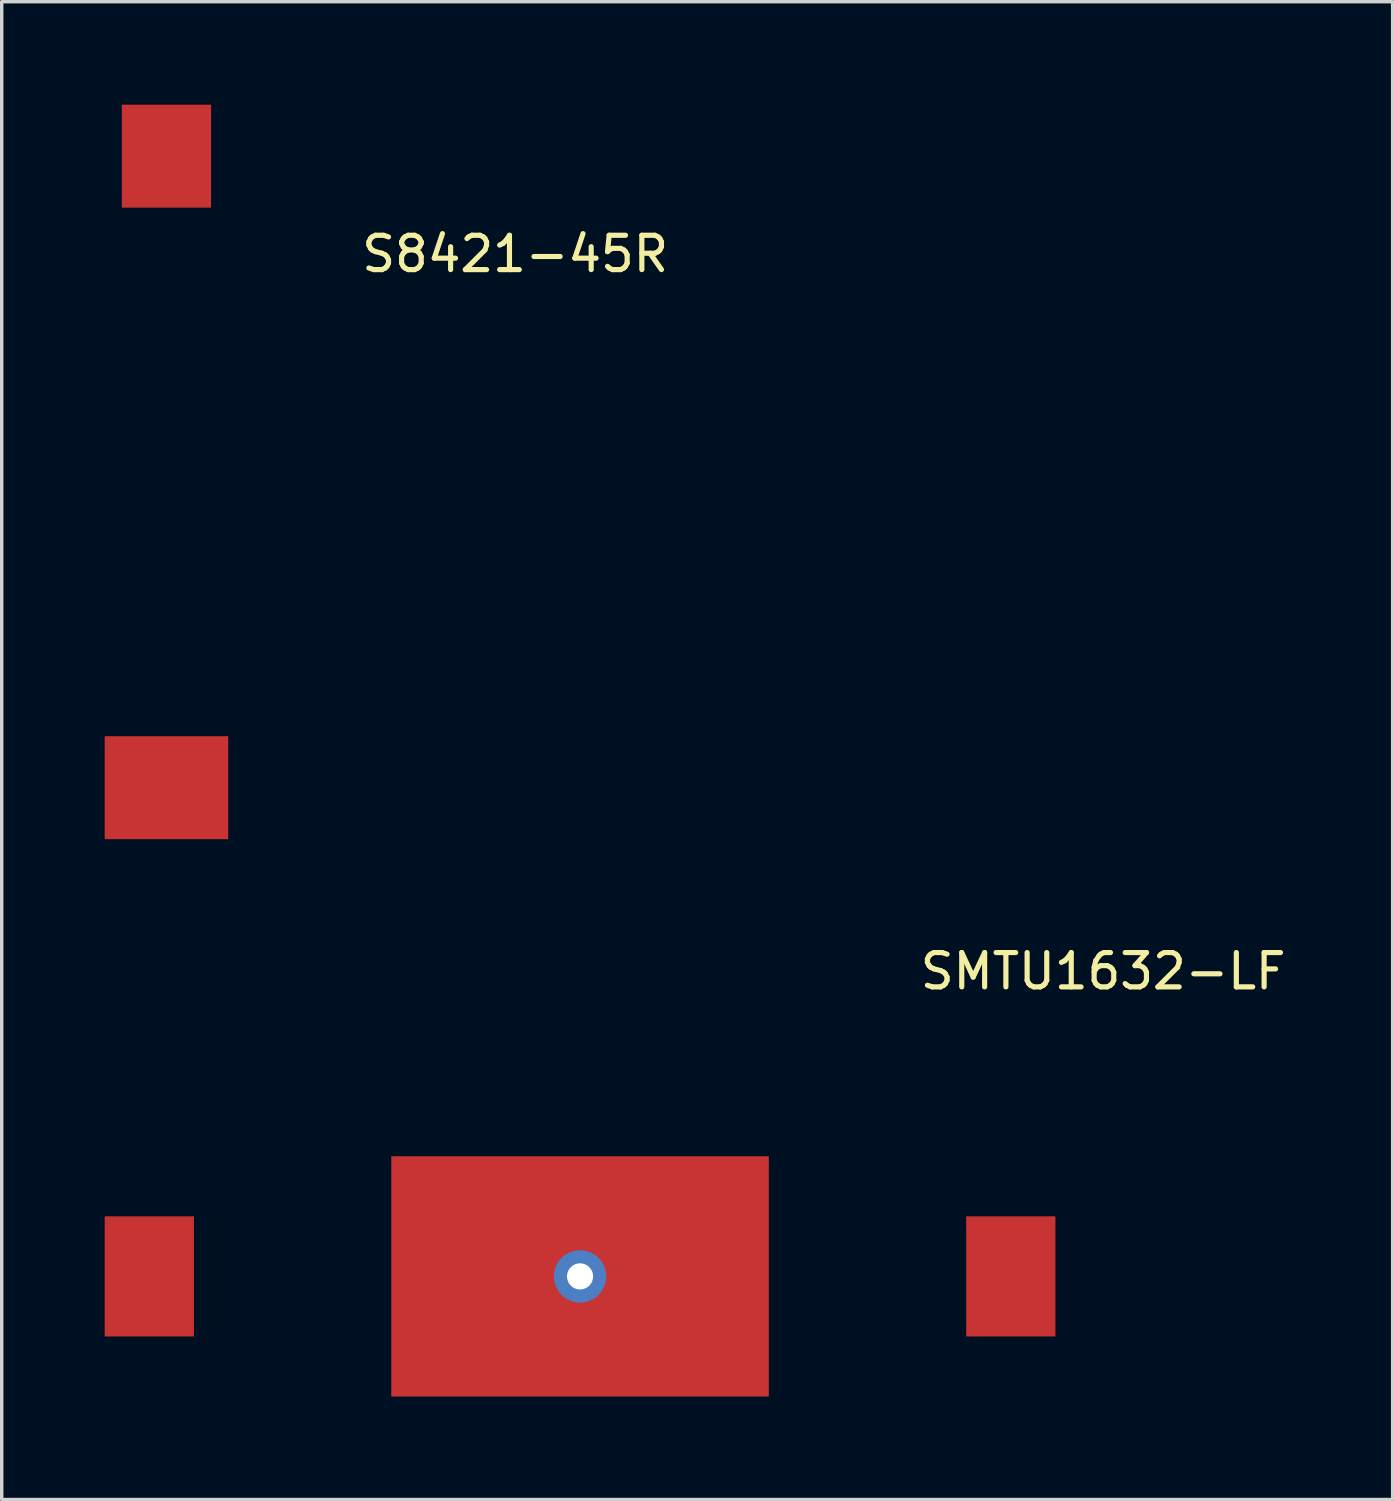
<source format=kicad_pcb>
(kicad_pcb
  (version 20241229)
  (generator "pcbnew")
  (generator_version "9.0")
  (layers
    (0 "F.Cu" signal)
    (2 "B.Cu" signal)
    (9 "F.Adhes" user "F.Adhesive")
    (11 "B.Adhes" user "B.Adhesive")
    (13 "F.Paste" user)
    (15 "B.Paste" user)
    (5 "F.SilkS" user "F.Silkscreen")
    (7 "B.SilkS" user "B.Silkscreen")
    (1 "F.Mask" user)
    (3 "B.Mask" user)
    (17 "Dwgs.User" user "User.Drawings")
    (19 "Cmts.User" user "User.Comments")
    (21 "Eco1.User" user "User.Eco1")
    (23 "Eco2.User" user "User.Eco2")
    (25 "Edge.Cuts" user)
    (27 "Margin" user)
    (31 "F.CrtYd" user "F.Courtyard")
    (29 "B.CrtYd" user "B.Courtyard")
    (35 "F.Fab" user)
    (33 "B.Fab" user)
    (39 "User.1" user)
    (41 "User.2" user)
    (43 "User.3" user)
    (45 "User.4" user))
  (footprint "S8421-45R"
    (layer "F.Cu")
    (at 1.8 10.7)
    (property "Reference" "S8421-45R" (at 10.16 -6.35 0) (layer "F.SilkS") (effects (font (size 1 1) (thickness 0.15))))
    (attr through_hole)
    (pad "" smd rect (at 0 -9.2) (size 2.6 3) (layers "F.Cu" "F.Mask" "F.Paste"))
    (pad "" smd rect (at 0 9.2) (size 3.6 3) (layers "F.Cu" "F.Mask" "F.Paste")))
  (footprint "SMTU1632-LF"
    (layer "F.Cu")
    (at 13.85 34.138)
    (property "Reference" "SMTU1632-LF" (at 15.24 -8.89 0) (layer "F.SilkS") (effects (font (size 1 1) (thickness 0.15))))
    (attr through_hole)
    (pad "" smd rect (at -12.55 0) (size 2.6 3.5) (layers "F.Cu" "F.Mask" "F.Paste"))
    (pad "" smd rect (at 0 0) (size 11 7) (layers "F.Cu" "F.Mask" "F.Paste"))
    (pad "" smd rect (at 12.55 0) (size 2.6 3.5) (layers "F.Cu" "F.Mask" "F.Paste"))
    (pad "2" thru_hole circle (at 0 0) (size 1.524 1.524) (drill 0.762) (layers "*.Cu" "*.Mask")))
  (gr_rect
    (start -3 -3)
    (end 37.525 40.638)
    (stroke (width 0.1) (type default))
    (fill no)
    (layer "Edge.Cuts")))
</source>
